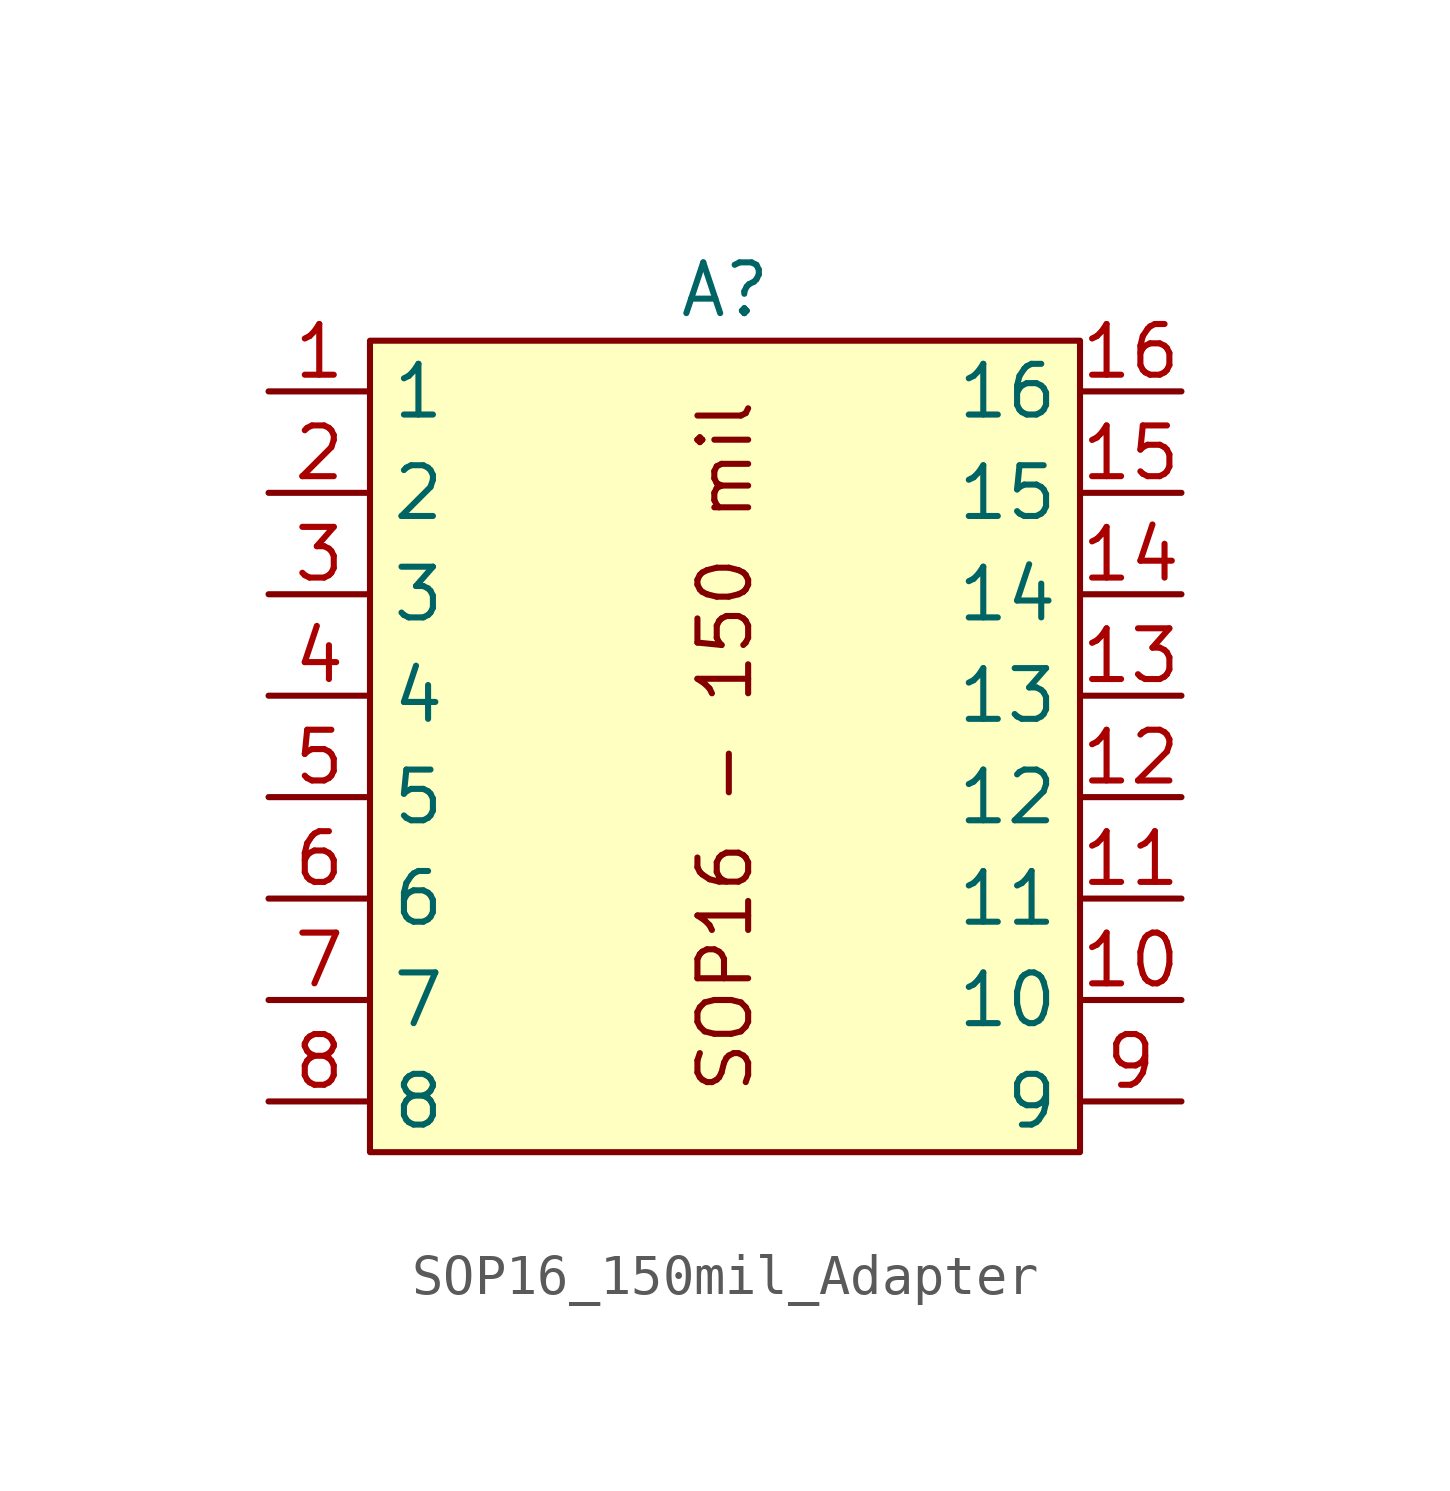
<source format=kicad_sym>
(kicad_symbol_lib
  (version 20241209)
  (generator "kicad_symbol_editor")
  (generator_version "9.0")
  (symbol "SOP16_150mil_Adapter"
    (property "Reference" "A"
      (at 0 11.43 0)
      (effects (font (size 1.27 1.27))))
    (property "Value" ""
      (at 0 0 0)
      (effects (font (size 1.27 1.27))))
    (symbol "SOP16_150mil_Adapter_1_1"
      (rectangle (start -8.89 10.16) (end 8.89 -10.16) (stroke (width 0) (type solid)) (fill (type color) (color 255 255 194 1)))
      (text "SOP16 - 150 mil\n" (at 0 0 900) (effects (font (size 1.27 1.27))))
      (pin bidirectional line (at -11.43 8.89 0) (length 2.54) (name "1" (effects (font (size 1.27 1.27)))) (number "1" (effects (font (size 1.27 1.27)))))
      (pin bidirectional line (at -11.43 6.35 0) (length 2.54) (name "2" (effects (font (size 1.27 1.27)))) (number "2" (effects (font (size 1.27 1.27)))))
      (pin bidirectional line (at -11.43 3.81 0) (length 2.54) (name "3" (effects (font (size 1.27 1.27)))) (number "3" (effects (font (size 1.27 1.27)))))
      (pin bidirectional line (at -11.43 1.27 0) (length 2.54) (name "4" (effects (font (size 1.27 1.27)))) (number "4" (effects (font (size 1.27 1.27)))))
      (pin bidirectional line (at -11.43 -1.27 0) (length 2.54) (name "5" (effects (font (size 1.27 1.27)))) (number "5" (effects (font (size 1.27 1.27)))))
      (pin bidirectional line (at -11.43 -3.81 0) (length 2.54) (name "6" (effects (font (size 1.27 1.27)))) (number "6" (effects (font (size 1.27 1.27)))))
      (pin bidirectional line (at -11.43 -6.35 0) (length 2.54) (name "7" (effects (font (size 1.27 1.27)))) (number "7" (effects (font (size 1.27 1.27)))))
      (pin bidirectional line (at -11.43 -8.89 0) (length 2.54) (name "8" (effects (font (size 1.27 1.27)))) (number "8" (effects (font (size 1.27 1.27)))))
      (pin bidirectional line (at 11.43 8.89 180) (length 2.54) (name "16" (effects (font (size 1.27 1.27)))) (number "16" (effects (font (size 1.27 1.27)))))
      (pin bidirectional line (at 11.43 6.35 180) (length 2.54) (name "15" (effects (font (size 1.27 1.27)))) (number "15" (effects (font (size 1.27 1.27)))))
      (pin bidirectional line (at 11.43 3.81 180) (length 2.54) (name "14" (effects (font (size 1.27 1.27)))) (number "14" (effects (font (size 1.27 1.27)))))
      (pin bidirectional line (at 11.43 1.27 180) (length 2.54) (name "13" (effects (font (size 1.27 1.27)))) (number "13" (effects (font (size 1.27 1.27)))))
      (pin bidirectional line (at 11.43 -1.27 180) (length 2.54) (name "12" (effects (font (size 1.27 1.27)))) (number "12" (effects (font (size 1.27 1.27)))))
      (pin bidirectional line (at 11.43 -3.81 180) (length 2.54) (name "11" (effects (font (size 1.27 1.27)))) (number "11" (effects (font (size 1.27 1.27)))))
      (pin bidirectional line (at 11.43 -6.35 180) (length 2.54) (name "10" (effects (font (size 1.27 1.27)))) (number "10" (effects (font (size 1.27 1.27)))))
      (pin bidirectional line (at 11.43 -8.89 180) (length 2.54) (name "9" (effects (font (size 1.27 1.27)))) (number "9" (effects (font (size 1.27 1.27))))))))
</source>
